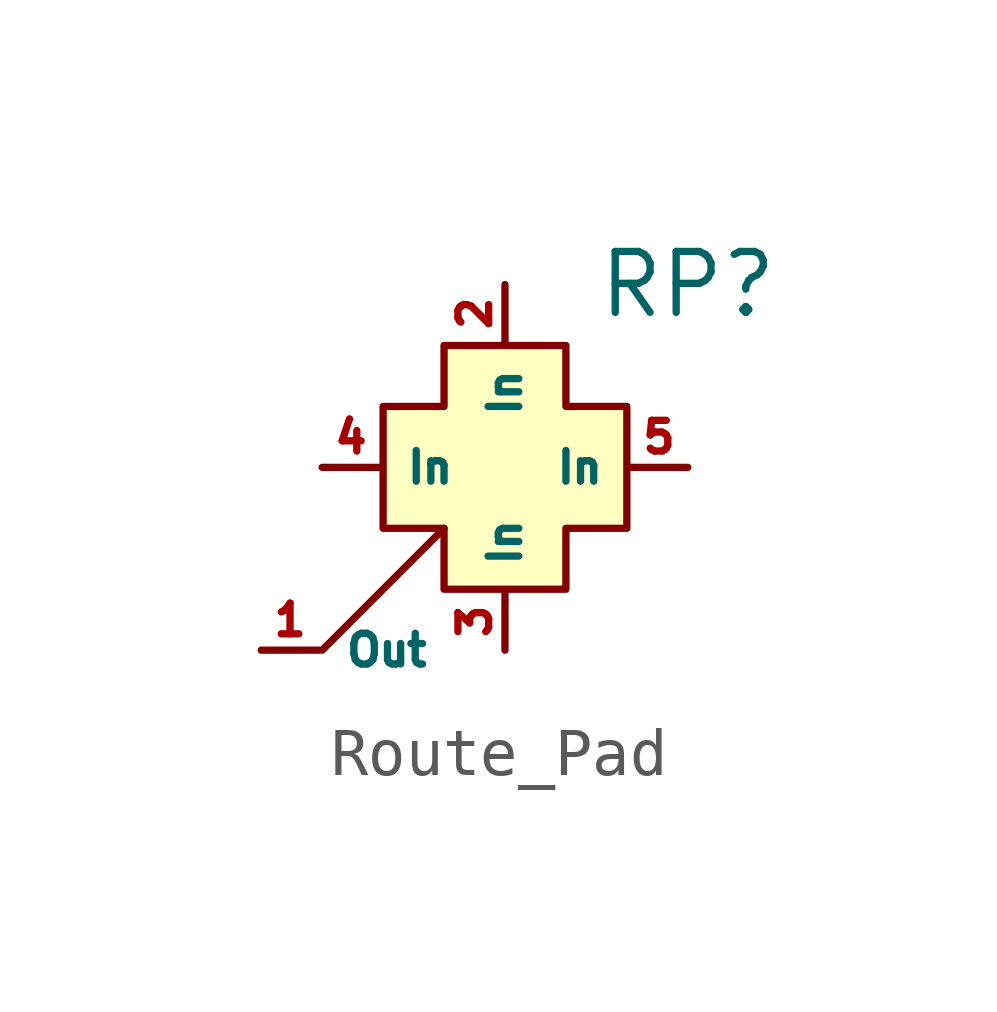
<source format=kicad_sym>
(kicad_symbol_lib
  (version 20220914)
  (generator kicad_symbol_editor)
  (symbol "Route_Pad"
    (property "Reference" "RP"
      (at 3.81 3.81 0)
      (effects (font (size 1.27 1.27))))
    (property "Value" ""
      (at 0 0 0)
      (effects (font (size 1.27 1.27))))
    (symbol "Route_Pad_0_1"
      (polyline (pts (xy -3.81 -3.81) (xy -1.27 -1.27)) (stroke (width 0) (type default)) (fill (type none))))
    (symbol "Route_Pad_1_1"
      (polyline (pts (xy -1.27 2.54) (xy 1.27 2.54) (xy 1.27 1.27) (xy 2.54 1.27) (xy 2.54 -1.27) (xy 1.27 -1.27) (xy 1.27 -2.54) (xy -1.27 -2.54) (xy -1.27 -1.27) (xy -2.54 -1.27) (xy -2.54 1.27) (xy -1.27 1.27) (xy -1.27 2.54)) (stroke (width 0) (type default)) (fill (type background)))
      (pin input line (at -5.08 -3.81 0) (length 1.2) (name "Out" (effects (font (size 0.64 0.64)))) (number "1" (effects (font (size 0.64 0.64)))))
      (pin input line (at 0 3.81 270) (length 1.2) (name "In" (effects (font (size 0.64 0.64)))) (number "2" (effects (font (size 0.64 0.64)))))
      (pin input line (at 0 -3.81 90) (length 1.2) (name "In" (effects (font (size 0.64 0.64)))) (number "3" (effects (font (size 0.64 0.64)))))
      (pin input line (at -3.81 0 0) (length 1.2) (name "In" (effects (font (size 0.64 0.64)))) (number "4" (effects (font (size 0.64 0.64)))))
      (pin input line (at 3.81 0 180) (length 1.2) (name "In" (effects (font (size 0.64 0.64)))) (number "5" (effects (font (size 0.64 0.64))))))))
</source>
